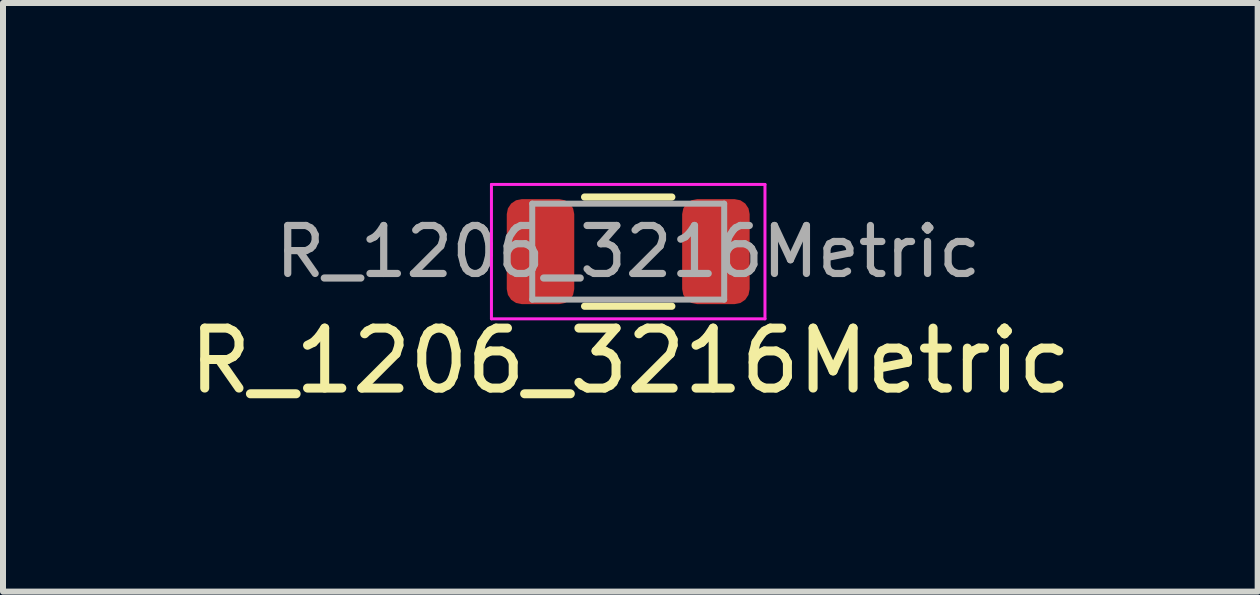
<source format=kicad_pcb>
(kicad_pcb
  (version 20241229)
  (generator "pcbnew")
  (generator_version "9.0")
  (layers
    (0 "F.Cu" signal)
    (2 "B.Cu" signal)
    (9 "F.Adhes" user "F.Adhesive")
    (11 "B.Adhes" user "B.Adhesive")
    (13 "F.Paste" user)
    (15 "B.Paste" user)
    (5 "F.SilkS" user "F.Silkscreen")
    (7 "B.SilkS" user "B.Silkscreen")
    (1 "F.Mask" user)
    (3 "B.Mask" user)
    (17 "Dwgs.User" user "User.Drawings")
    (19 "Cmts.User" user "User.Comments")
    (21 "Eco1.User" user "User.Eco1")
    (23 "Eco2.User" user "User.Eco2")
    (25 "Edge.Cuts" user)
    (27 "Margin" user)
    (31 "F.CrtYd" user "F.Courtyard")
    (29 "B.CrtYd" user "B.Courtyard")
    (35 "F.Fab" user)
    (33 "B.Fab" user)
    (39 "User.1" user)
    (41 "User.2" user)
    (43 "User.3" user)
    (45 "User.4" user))
  (footprint "R_1206_3216Metric"
    (layer "F.Cu")
    (at 7.423 1.145)
    (property "Reference" "R_1206_3216Metric" (at 0.035 1.82 0) (layer "F.SilkS") (effects (font (size 1 1) (thickness 0.15))))
    (attr smd)
    (fp_line (start -0.727 -0.91) (end 0.727 -0.91) (stroke (width 0.12) (type solid)) (layer "F.SilkS"))
    (fp_line (start -0.727 0.91) (end 0.727 0.91) (stroke (width 0.12) (type solid)) (layer "F.SilkS"))
    (fp_line (start -2.28 -1.12) (end 2.28 -1.12) (stroke (width 0.05) (type solid)) (layer "F.CrtYd"))
    (fp_line (start -2.28 1.12) (end -2.28 -1.12) (stroke (width 0.05) (type solid)) (layer "F.CrtYd"))
    (fp_line (start 2.28 -1.12) (end 2.28 1.12) (stroke (width 0.05) (type solid)) (layer "F.CrtYd"))
    (fp_line (start 2.28 1.12) (end -2.28 1.12) (stroke (width 0.05) (type solid)) (layer "F.CrtYd"))
    (fp_line (start -1.6 -0.8) (end 1.6 -0.8) (stroke (width 0.1) (type solid)) (layer "F.Fab"))
    (fp_line (start -1.6 0.8) (end -1.6 -0.8) (stroke (width 0.1) (type solid)) (layer "F.Fab"))
    (fp_line (start 1.6 -0.8) (end 1.6 0.8) (stroke (width 0.1) (type solid)) (layer "F.Fab"))
    (fp_line (start 1.6 0.8) (end -1.6 0.8) (stroke (width 0.1) (type solid)) (layer "F.Fab"))
    (fp_text user "${REFERENCE}" (at 0 0 0) (layer "F.Fab") (effects (font (size 0.8 0.8) (thickness 0.12))))
    (pad "1" smd roundrect (at -1.462 0) (size 1.125 1.75) (layers "F.Cu" "F.Mask" "F.Paste") (roundrect_rratio 0.222))
    (pad "2" smd roundrect (at 1.462 0) (size 1.125 1.75) (layers "F.Cu" "F.Mask" "F.Paste") (roundrect_rratio 0.222)))
  (gr_rect
    (start -3 -3)
    (end 17.917 6.813)
    (stroke (width 0.1) (type default))
    (fill no)
    (layer "Edge.Cuts")))
</source>
